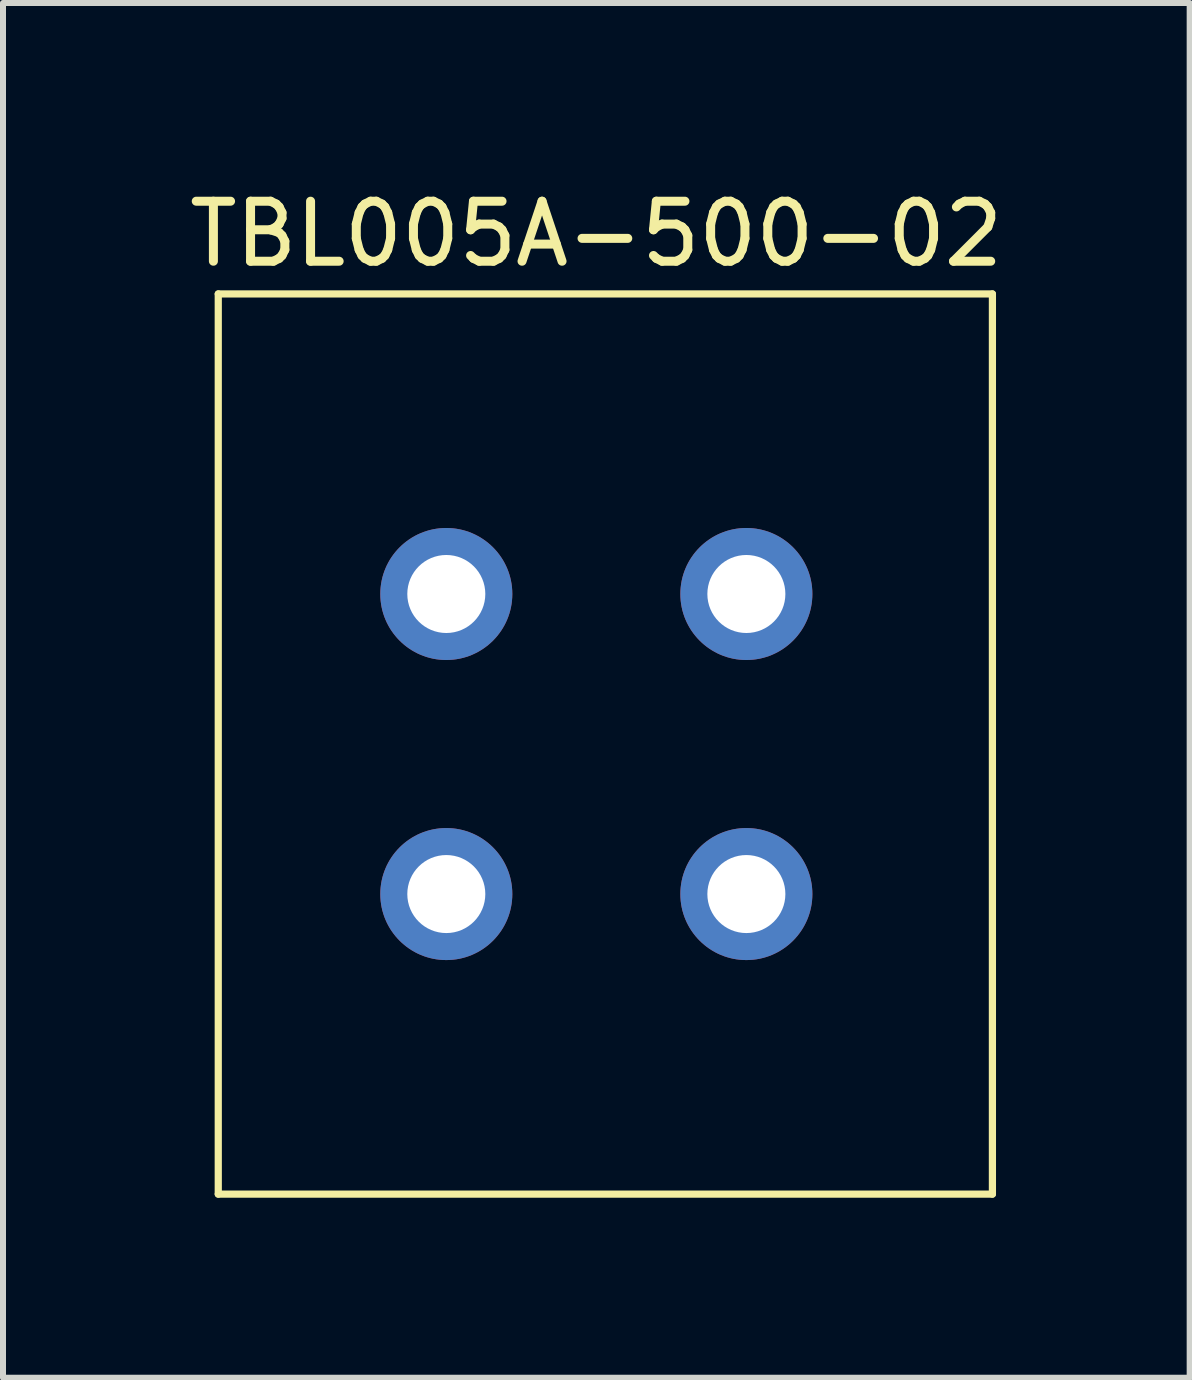
<source format=kicad_pcb>
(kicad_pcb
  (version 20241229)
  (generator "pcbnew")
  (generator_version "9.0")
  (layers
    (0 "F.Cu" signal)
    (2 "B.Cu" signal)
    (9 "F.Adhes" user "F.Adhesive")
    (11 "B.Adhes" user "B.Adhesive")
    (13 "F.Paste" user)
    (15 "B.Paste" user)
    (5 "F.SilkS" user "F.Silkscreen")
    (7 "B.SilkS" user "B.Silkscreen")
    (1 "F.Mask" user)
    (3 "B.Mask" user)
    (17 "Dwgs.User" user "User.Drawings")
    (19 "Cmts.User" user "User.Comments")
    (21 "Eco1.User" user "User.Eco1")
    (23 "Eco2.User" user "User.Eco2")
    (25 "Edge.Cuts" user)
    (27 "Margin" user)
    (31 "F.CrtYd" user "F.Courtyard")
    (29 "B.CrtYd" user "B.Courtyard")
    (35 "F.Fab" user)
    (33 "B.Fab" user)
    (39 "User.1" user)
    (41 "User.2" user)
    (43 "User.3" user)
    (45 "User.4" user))
  (footprint "TBL005A-500-02"
    (layer "F.Cu")
    (at 6.887 9.348)
    (property "Reference" "TBL005A-500-02" (at 0 -8.5 0) (unlocked yes) (layer "F.SilkS") (effects (font (size 1 1) (thickness 0.15))))
    (attr through_hole)
    (fp_line (start -6.3 -7.5) (end 6.6 -7.5) (stroke (width 0.12) (type solid)) (layer "F.SilkS"))
    (fp_line (start -6.3 7.5) (end -6.3 -7.5) (stroke (width 0.12) (type solid)) (layer "F.SilkS"))
    (fp_line (start 6.6 -7.5) (end 6.6 7.5) (stroke (width 0.12) (type solid)) (layer "F.SilkS"))
    (fp_line (start 6.6 7.5) (end -6.3 7.5) (stroke (width 0.12) (type solid)) (layer "F.SilkS"))
    (pad "1" thru_hole circle (at -2.5 -2.5) (size 2.2 2.2) (drill 1.3) (layers "*.Cu" "*.Mask"))
    (pad "1" thru_hole circle (at -2.5 2.5) (size 2.2 2.2) (drill 1.3) (layers "*.Cu" "*.Mask"))
    (pad "2" thru_hole circle (at 2.5 -2.5) (size 2.2 2.2) (drill 1.3) (layers "*.Cu" "*.Mask"))
    (pad "2" thru_hole circle (at 2.5 2.5) (size 2.2 2.2) (drill 1.3) (layers "*.Cu" "*.Mask")))
  (gr_rect
    (start -3 -3)
    (end 16.774 19.908)
    (stroke (width 0.1) (type default))
    (fill no)
    (layer "Edge.Cuts")))
</source>
